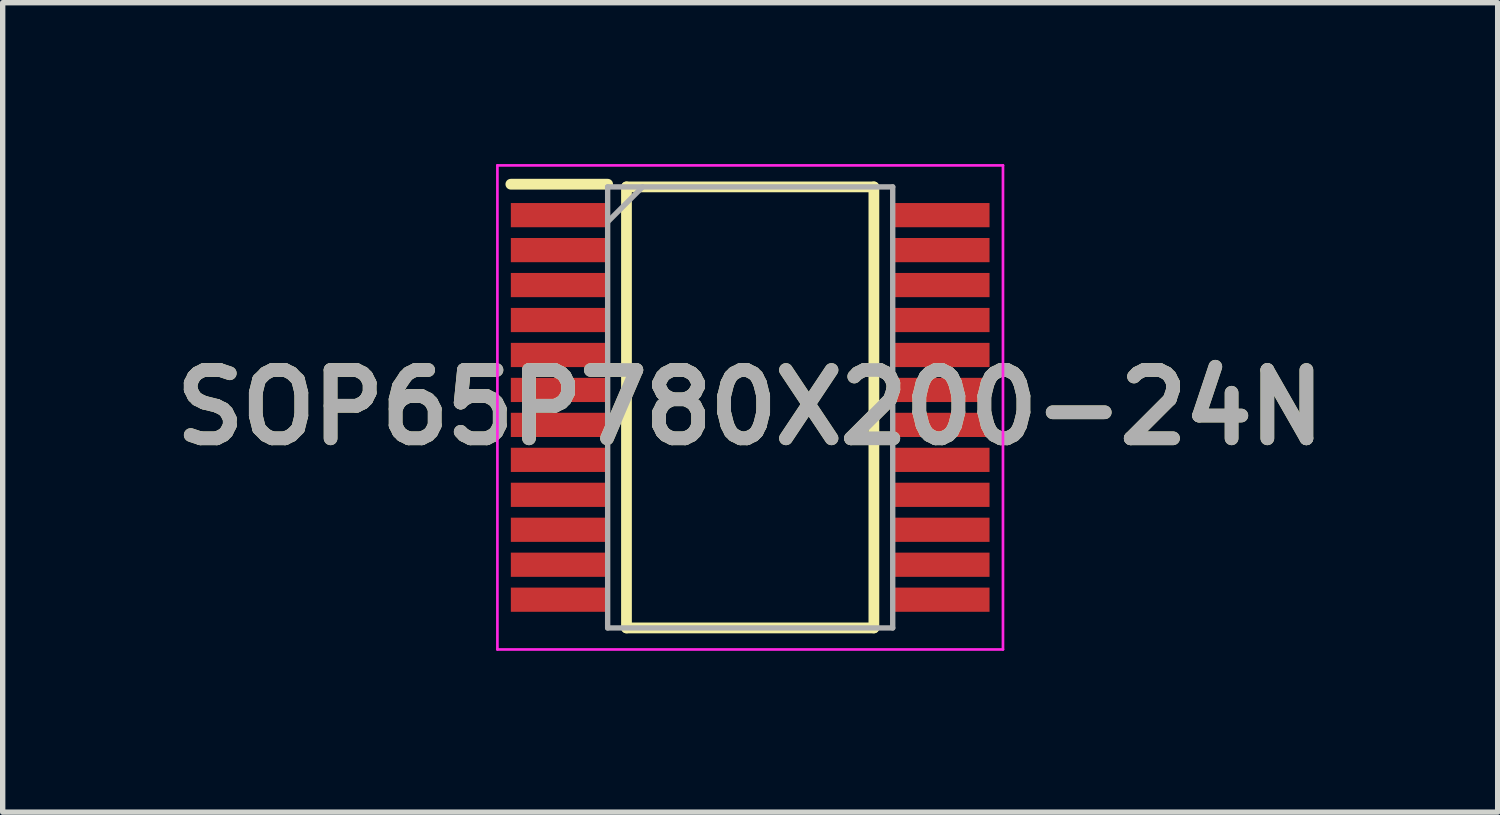
<source format=kicad_pcb>
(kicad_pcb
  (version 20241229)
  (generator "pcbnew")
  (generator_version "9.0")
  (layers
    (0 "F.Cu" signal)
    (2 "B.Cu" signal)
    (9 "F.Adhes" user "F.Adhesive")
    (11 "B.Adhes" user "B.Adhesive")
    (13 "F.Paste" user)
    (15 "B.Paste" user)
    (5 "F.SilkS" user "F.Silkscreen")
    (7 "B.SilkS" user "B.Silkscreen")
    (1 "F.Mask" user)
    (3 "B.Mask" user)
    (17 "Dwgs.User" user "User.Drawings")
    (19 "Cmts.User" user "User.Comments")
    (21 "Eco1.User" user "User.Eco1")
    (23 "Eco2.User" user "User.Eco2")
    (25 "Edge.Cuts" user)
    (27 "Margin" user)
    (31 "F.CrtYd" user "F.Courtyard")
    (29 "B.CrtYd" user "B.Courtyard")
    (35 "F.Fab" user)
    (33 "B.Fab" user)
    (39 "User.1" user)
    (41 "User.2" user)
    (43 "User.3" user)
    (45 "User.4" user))
  (footprint "SOP65P780X200-24N"
    (layer "F.Cu")
    (at 10.898 4.525)
    (property "Reference" "SOP65P780X200-24N" (at 0 0 0) (layer "F.SilkS") (effects (font (size 1.27 1.27) (thickness 0.254))))
    (attr smd)
    (fp_line (start -4.45 -4.15) (end -2.65 -4.15) (stroke (width 0.2) (type solid)) (layer "F.SilkS"))
    (fp_line (start -2.3 -4.1) (end 2.3 -4.1) (stroke (width 0.2) (type solid)) (layer "F.SilkS"))
    (fp_line (start -2.3 4.1) (end -2.3 -4.1) (stroke (width 0.2) (type solid)) (layer "F.SilkS"))
    (fp_line (start 2.3 -4.1) (end 2.3 4.1) (stroke (width 0.2) (type solid)) (layer "F.SilkS"))
    (fp_line (start 2.3 4.1) (end -2.3 4.1) (stroke (width 0.2) (type solid)) (layer "F.SilkS"))
    (fp_line (start -4.7 -4.5) (end 4.7 -4.5) (stroke (width 0.05) (type solid)) (layer "F.CrtYd"))
    (fp_line (start -4.7 4.5) (end -4.7 -4.5) (stroke (width 0.05) (type solid)) (layer "F.CrtYd"))
    (fp_line (start 4.7 -4.5) (end 4.7 4.5) (stroke (width 0.05) (type solid)) (layer "F.CrtYd"))
    (fp_line (start 4.7 4.5) (end -4.7 4.5) (stroke (width 0.05) (type solid)) (layer "F.CrtYd"))
    (fp_line (start -2.65 -4.1) (end 2.65 -4.1) (stroke (width 0.1) (type solid)) (layer "F.Fab"))
    (fp_line (start -2.65 -3.45) (end -2 -4.1) (stroke (width 0.1) (type solid)) (layer "F.Fab"))
    (fp_line (start -2.65 4.1) (end -2.65 -4.1) (stroke (width 0.1) (type solid)) (layer "F.Fab"))
    (fp_line (start 2.65 -4.1) (end 2.65 4.1) (stroke (width 0.1) (type solid)) (layer "F.Fab"))
    (fp_line (start 2.65 4.1) (end -2.65 4.1) (stroke (width 0.1) (type solid)) (layer "F.Fab"))
    (fp_text user "${REFERENCE}" (at 0 0 0) (layer "F.Fab") (effects (font (size 1.27 1.27) (thickness 0.254))))
    (pad "1" smd rect (at -3.55 -3.575 90) (size 0.45 1.8) (layers "F.Cu" "F.Mask" "F.Paste"))
    (pad "2" smd rect (at -3.55 -2.925 90) (size 0.45 1.8) (layers "F.Cu" "F.Mask" "F.Paste"))
    (pad "3" smd rect (at -3.55 -2.275 90) (size 0.45 1.8) (layers "F.Cu" "F.Mask" "F.Paste"))
    (pad "4" smd rect (at -3.55 -1.625 90) (size 0.45 1.8) (layers "F.Cu" "F.Mask" "F.Paste"))
    (pad "5" smd rect (at -3.55 -0.975 90) (size 0.45 1.8) (layers "F.Cu" "F.Mask" "F.Paste"))
    (pad "6" smd rect (at -3.55 -0.325 90) (size 0.45 1.8) (layers "F.Cu" "F.Mask" "F.Paste"))
    (pad "7" smd rect (at -3.55 0.325 90) (size 0.45 1.8) (layers "F.Cu" "F.Mask" "F.Paste"))
    (pad "8" smd rect (at -3.55 0.975 90) (size 0.45 1.8) (layers "F.Cu" "F.Mask" "F.Paste"))
    (pad "9" smd rect (at -3.55 1.625 90) (size 0.45 1.8) (layers "F.Cu" "F.Mask" "F.Paste"))
    (pad "10" smd rect (at -3.55 2.275 90) (size 0.45 1.8) (layers "F.Cu" "F.Mask" "F.Paste"))
    (pad "11" smd rect (at -3.55 2.925 90) (size 0.45 1.8) (layers "F.Cu" "F.Mask" "F.Paste"))
    (pad "12" smd rect (at -3.55 3.575 90) (size 0.45 1.8) (layers "F.Cu" "F.Mask" "F.Paste"))
    (pad "13" smd rect (at 3.55 3.575 90) (size 0.45 1.8) (layers "F.Cu" "F.Mask" "F.Paste"))
    (pad "14" smd rect (at 3.55 2.925 90) (size 0.45 1.8) (layers "F.Cu" "F.Mask" "F.Paste"))
    (pad "15" smd rect (at 3.55 2.275 90) (size 0.45 1.8) (layers "F.Cu" "F.Mask" "F.Paste"))
    (pad "16" smd rect (at 3.55 1.625 90) (size 0.45 1.8) (layers "F.Cu" "F.Mask" "F.Paste"))
    (pad "17" smd rect (at 3.55 0.975 90) (size 0.45 1.8) (layers "F.Cu" "F.Mask" "F.Paste"))
    (pad "18" smd rect (at 3.55 0.325 90) (size 0.45 1.8) (layers "F.Cu" "F.Mask" "F.Paste"))
    (pad "19" smd rect (at 3.55 -0.325 90) (size 0.45 1.8) (layers "F.Cu" "F.Mask" "F.Paste"))
    (pad "20" smd rect (at 3.55 -0.975 90) (size 0.45 1.8) (layers "F.Cu" "F.Mask" "F.Paste"))
    (pad "21" smd rect (at 3.55 -1.625 90) (size 0.45 1.8) (layers "F.Cu" "F.Mask" "F.Paste"))
    (pad "22" smd rect (at 3.55 -2.275 90) (size 0.45 1.8) (layers "F.Cu" "F.Mask" "F.Paste"))
    (pad "23" smd rect (at 3.55 -2.925 90) (size 0.45 1.8) (layers "F.Cu" "F.Mask" "F.Paste"))
    (pad "24" smd rect (at 3.55 -3.575 90) (size 0.45 1.8) (layers "F.Cu" "F.Mask" "F.Paste")))
  (gr_rect
    (start -3 -3)
    (end 24.796 12.05)
    (stroke (width 0.1) (type default))
    (fill no)
    (layer "Edge.Cuts")))
</source>
